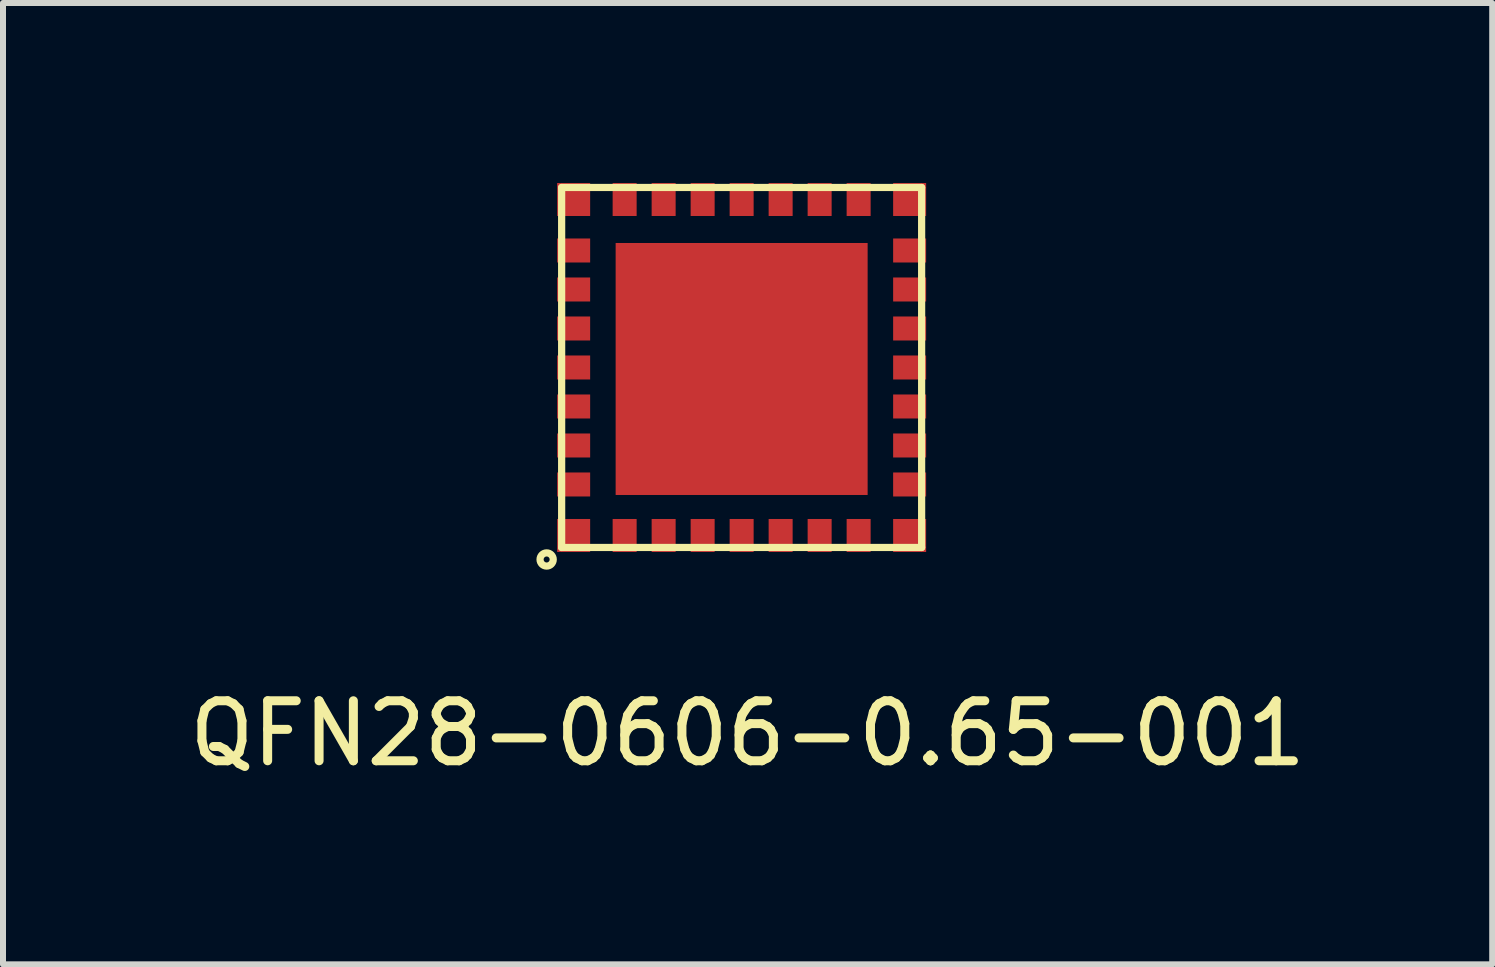
<source format=kicad_pcb>
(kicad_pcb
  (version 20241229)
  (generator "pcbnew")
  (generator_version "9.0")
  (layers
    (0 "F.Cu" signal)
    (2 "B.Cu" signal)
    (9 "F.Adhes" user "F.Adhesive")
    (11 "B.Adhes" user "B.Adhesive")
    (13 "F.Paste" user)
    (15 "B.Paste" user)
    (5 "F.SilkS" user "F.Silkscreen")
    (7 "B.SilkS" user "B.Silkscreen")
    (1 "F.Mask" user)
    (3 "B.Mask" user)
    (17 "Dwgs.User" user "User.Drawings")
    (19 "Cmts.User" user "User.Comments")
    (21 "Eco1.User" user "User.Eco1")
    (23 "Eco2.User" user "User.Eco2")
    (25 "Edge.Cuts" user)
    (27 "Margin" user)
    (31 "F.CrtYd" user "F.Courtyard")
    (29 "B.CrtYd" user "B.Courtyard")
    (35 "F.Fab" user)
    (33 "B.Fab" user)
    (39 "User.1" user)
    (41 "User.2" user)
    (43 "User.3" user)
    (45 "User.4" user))
  (footprint "QFN28-0606-0.65-001"
    (layer "F.Cu")
    (at 9.311 3.075)
    (property "Reference" "QFN28-0606-0.65-001" (at 0.1 6.1 0) (layer "F.SilkS") (effects (font (size 1 1) (thickness 0.15))))
    (attr through_hole)
    (fp_line (start -3 -3) (end 3 -3) (stroke (width 0.12) (type solid)) (layer "F.SilkS"))
    (fp_line (start -3 3) (end -3 -3) (stroke (width 0.12) (type solid)) (layer "F.SilkS"))
    (fp_line (start 3 -3) (end 3 3) (stroke (width 0.12) (type solid)) (layer "F.SilkS"))
    (fp_line (start 3 3) (end -3 3) (stroke (width 0.12) (type solid)) (layer "F.SilkS"))
    (fp_circle (center -3.25 3.2) (end -3.3 3.2) (stroke (width 0.12) (type solid)) (fill no) (layer "F.SilkS"))
    (pad "1" smd custom (at -1.95 2.8) (size 0.4 0.55) (layers "F.Cu" "F.Mask" "F.Paste") (options (anchor rect)) (primitives))
    (pad "2" smd custom (at -1.3 2.8) (size 0.4 0.55) (layers "F.Cu" "F.Mask" "F.Paste") (options (anchor rect)) (primitives))
    (pad "3" smd custom (at -0.65 2.8) (size 0.4 0.55) (layers "F.Cu" "F.Mask" "F.Paste") (options (anchor rect)) (primitives))
    (pad "4" smd custom (at 0 2.8) (size 0.4 0.55) (layers "F.Cu" "F.Mask" "F.Paste") (options (anchor rect)) (primitives))
    (pad "5" smd custom (at 0.65 2.8) (size 0.4 0.55) (layers "F.Cu" "F.Mask" "F.Paste") (options (anchor rect)) (primitives))
    (pad "6" smd custom (at 1.3 2.8) (size 0.4 0.55) (layers "F.Cu" "F.Mask" "F.Paste") (options (anchor rect)) (primitives))
    (pad "7" smd custom (at 1.95 2.8) (size 0.4 0.55) (layers "F.Cu" "F.Mask" "F.Paste") (options (anchor rect)) (primitives))
    (pad "8" smd custom (at 2.8 1.95 90) (size 0.4 0.55) (layers "F.Cu" "F.Mask" "F.Paste") (options (anchor rect)) (primitives))
    (pad "9" smd custom (at 2.8 1.3 90) (size 0.4 0.55) (layers "F.Cu" "F.Mask" "F.Paste") (options (anchor rect)) (primitives))
    (pad "10" smd custom (at 2.8 0.65 90) (size 0.4 0.55) (layers "F.Cu" "F.Mask" "F.Paste") (options (anchor rect)) (primitives))
    (pad "11" smd custom (at 2.8 0 90) (size 0.4 0.55) (layers "F.Cu" "F.Mask" "F.Paste") (options (anchor rect)) (primitives))
    (pad "12" smd custom (at 2.8 -0.65 90) (size 0.4 0.55) (layers "F.Cu" "F.Mask" "F.Paste") (options (anchor rect)) (primitives))
    (pad "13" smd custom (at 2.8 -1.3 90) (size 0.4 0.55) (layers "F.Cu" "F.Mask" "F.Paste") (options (anchor rect)) (primitives))
    (pad "14" smd custom (at 2.8 -1.95 90) (size 0.4 0.55) (layers "F.Cu" "F.Mask" "F.Paste") (options (anchor rect)) (primitives))
    (pad "15" smd custom (at 1.95 -2.8) (size 0.4 0.55) (layers "F.Cu" "F.Mask" "F.Paste") (options (anchor rect)) (primitives))
    (pad "16" smd custom (at 1.3 -2.8) (size 0.4 0.55) (layers "F.Cu" "F.Mask" "F.Paste") (options (anchor rect)) (primitives))
    (pad "17" smd custom (at 0.65 -2.8) (size 0.4 0.55) (layers "F.Cu" "F.Mask" "F.Paste") (options (anchor rect)) (primitives))
    (pad "18" smd custom (at 0 -2.8) (size 0.4 0.55) (layers "F.Cu" "F.Mask" "F.Paste") (options (anchor rect)) (primitives))
    (pad "19" smd custom (at -0.65 -2.8) (size 0.4 0.55) (layers "F.Cu" "F.Mask" "F.Paste") (options (anchor rect)) (primitives))
    (pad "20" smd custom (at -1.3 -2.8) (size 0.4 0.55) (layers "F.Cu" "F.Mask" "F.Paste") (options (anchor rect)) (primitives))
    (pad "21" smd custom (at -1.95 -2.8) (size 0.4 0.55) (layers "F.Cu" "F.Mask" "F.Paste") (options (anchor rect)) (primitives))
    (pad "22" smd custom (at -2.8 -1.95 90) (size 0.4 0.55) (layers "F.Cu" "F.Mask" "F.Paste") (options (anchor rect)) (primitives))
    (pad "23" smd custom (at -2.8 -1.3 90) (size 0.4 0.55) (layers "F.Cu" "F.Mask" "F.Paste") (options (anchor rect)) (primitives))
    (pad "24" smd custom (at -2.8 -0.65 90) (size 0.4 0.55) (layers "F.Cu" "F.Mask" "F.Paste") (options (anchor rect)) (primitives))
    (pad "25" smd custom (at -2.8 0 90) (size 0.4 0.55) (layers "F.Cu" "F.Mask" "F.Paste") (options (anchor rect)) (primitives))
    (pad "26" smd custom (at -2.8 0.65 90) (size 0.4 0.55) (layers "F.Cu" "F.Mask" "F.Paste") (options (anchor rect)) (primitives))
    (pad "27" smd custom (at -2.8 1.3 90) (size 0.4 0.55) (layers "F.Cu" "F.Mask" "F.Paste") (options (anchor rect)) (primitives))
    (pad "28" smd custom (at -2.8 1.95 90) (size 0.4 0.55) (layers "F.Cu" "F.Mask" "F.Paste") (options (anchor rect)) (primitives))
    (pad "C1" smd custom (at -2.8 2.8) (size 0.55 0.55) (layers "F.Cu" "F.Mask" "F.Paste") (options (anchor rect)) (primitives))
    (pad "C2" smd custom (at 2.8 2.8) (size 0.55 0.55) (layers "F.Cu" "F.Mask" "F.Paste") (options (anchor rect)) (primitives))
    (pad "C3" smd custom (at 2.8 -2.8) (size 0.55 0.55) (layers "F.Cu" "F.Mask" "F.Paste") (options (anchor rect)) (primitives))
    (pad "C4" smd custom (at -2.8 -2.8) (size 0.55 0.55) (layers "F.Cu" "F.Mask" "F.Paste") (options (anchor rect)) (primitives))
    (pad "ePAD" smd custom (at 0 0.025) (size 4.2 4.2) (layers "F.Cu" "F.Mask" "F.Paste") (options (anchor rect)) (primitives)))
  (gr_rect
    (start -3 -3)
    (end 21.821 13.023)
    (stroke (width 0.1) (type default))
    (fill no)
    (layer "Edge.Cuts")))
</source>
